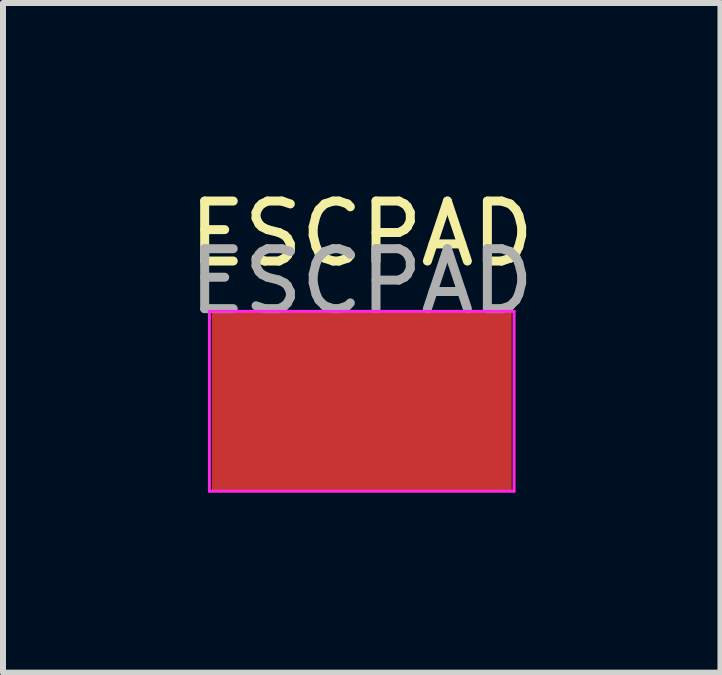
<source format=kicad_pcb>
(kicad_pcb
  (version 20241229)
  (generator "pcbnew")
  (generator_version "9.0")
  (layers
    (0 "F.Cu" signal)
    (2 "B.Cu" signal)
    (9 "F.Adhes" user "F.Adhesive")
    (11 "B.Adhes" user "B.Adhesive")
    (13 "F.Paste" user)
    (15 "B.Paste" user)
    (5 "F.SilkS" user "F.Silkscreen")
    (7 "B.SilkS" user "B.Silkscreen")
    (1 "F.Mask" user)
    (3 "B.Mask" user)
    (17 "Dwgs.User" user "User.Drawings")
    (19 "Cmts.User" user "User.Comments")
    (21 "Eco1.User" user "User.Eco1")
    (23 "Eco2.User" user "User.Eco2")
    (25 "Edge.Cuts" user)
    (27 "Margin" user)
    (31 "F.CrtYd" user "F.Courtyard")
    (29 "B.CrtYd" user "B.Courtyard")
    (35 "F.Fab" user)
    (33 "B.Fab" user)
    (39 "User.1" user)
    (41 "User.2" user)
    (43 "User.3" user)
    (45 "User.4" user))
  (footprint "ESCPAD"
    (layer "F.Cu")
    (at 2.982 3.642)
    (property "Reference" "ESCPAD" (at 0 -2.794 0) (layer "F.SilkS") (effects (font (size 1 1) (thickness 0.15))))
    (attr exclude_from_pos_files exclude_from_bom)
    (fp_line (start -2.54 -1.5) (end -2.54 1.5) (stroke (width 0.05) (type solid)) (layer "F.CrtYd"))
    (fp_line (start -2.54 -1.5) (end 2.54 -1.5) (stroke (width 0.05) (type solid)) (layer "F.CrtYd"))
    (fp_line (start 2.54 1.5) (end -2.54 1.5) (stroke (width 0.05) (type solid)) (layer "F.CrtYd"))
    (fp_line (start 2.54 1.5) (end 2.54 -1.5) (stroke (width 0.05) (type solid)) (layer "F.CrtYd"))
    (fp_text user "${REFERENCE}" (at 0 -2 0) (layer "F.Fab") (effects (font (size 1 1) (thickness 0.15))))
    (pad "1" smd rect (at 0 0) (size 5 3) (layers "F.Cu" "F.Mask")))
  (gr_rect
    (start -3 -3)
    (end 8.964 8.167)
    (stroke (width 0.1) (type default))
    (fill no)
    (layer "Edge.Cuts")))
</source>
